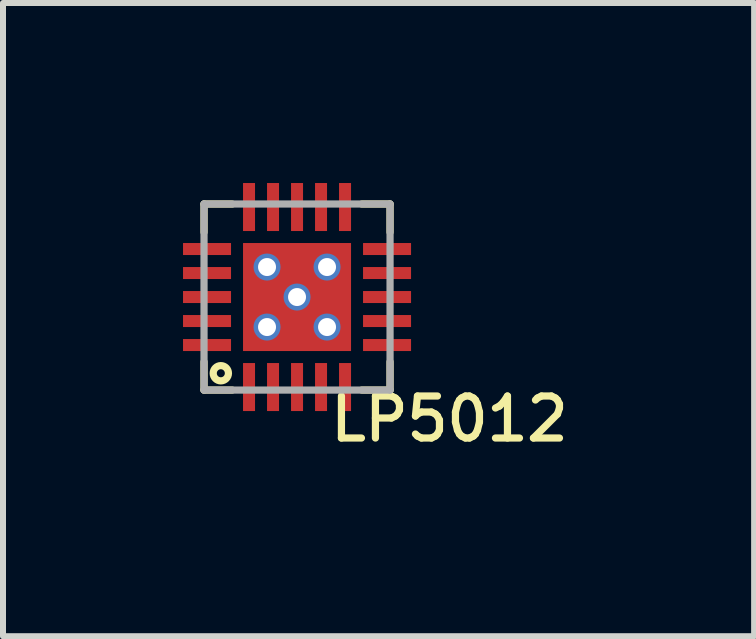
<source format=kicad_pcb>
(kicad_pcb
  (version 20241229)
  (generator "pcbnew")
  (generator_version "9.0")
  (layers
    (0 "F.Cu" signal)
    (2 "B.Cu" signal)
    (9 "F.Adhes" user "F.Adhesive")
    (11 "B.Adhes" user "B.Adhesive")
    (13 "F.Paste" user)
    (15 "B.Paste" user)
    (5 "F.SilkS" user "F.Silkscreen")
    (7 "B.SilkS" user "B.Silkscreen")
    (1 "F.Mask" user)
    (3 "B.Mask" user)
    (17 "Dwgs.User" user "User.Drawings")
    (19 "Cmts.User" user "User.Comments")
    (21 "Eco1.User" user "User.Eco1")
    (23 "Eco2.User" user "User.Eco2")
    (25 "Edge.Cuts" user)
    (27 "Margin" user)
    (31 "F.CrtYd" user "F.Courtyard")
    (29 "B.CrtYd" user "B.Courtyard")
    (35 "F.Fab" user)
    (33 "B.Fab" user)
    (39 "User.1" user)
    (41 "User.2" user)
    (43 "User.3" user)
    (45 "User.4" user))
  (footprint "LP5012"
    (layer "F.Cu")
    (at 1.9 1.9)
    (property "Reference" "LP5012" (at 2.54 2.032 0) (layer "F.SilkS") (effects (font (size 0.7 0.7) (thickness 0.12))))
    (attr smd)
    (fp_line (start -1.55 -1.55) (end -1.55 -1.08) (stroke (width 0.12) (type solid)) (layer "F.SilkS"))
    (fp_line (start -1.55 1.55) (end -1.55 1.08) (stroke (width 0.12) (type solid)) (layer "F.SilkS"))
    (fp_line (start -1.08 -1.55) (end -1.55 -1.55) (stroke (width 0.12) (type solid)) (layer "F.SilkS"))
    (fp_line (start -1.08 1.55) (end -1.55 1.55) (stroke (width 0.12) (type solid)) (layer "F.SilkS"))
    (fp_line (start 1.08 -1.55) (end 1.55 -1.55) (stroke (width 0.12) (type solid)) (layer "F.SilkS"))
    (fp_line (start 1.08 1.55) (end 1.55 1.55) (stroke (width 0.12) (type solid)) (layer "F.SilkS"))
    (fp_line (start 1.55 -1.55) (end 1.55 -1.08) (stroke (width 0.12) (type solid)) (layer "F.SilkS"))
    (fp_line (start 1.55 1.55) (end 1.55 1.08) (stroke (width 0.12) (type solid)) (layer "F.SilkS"))
    (fp_circle (center -1.27 1.27) (end -1.27 1.143) (stroke (width 0.12) (type solid)) (fill no) (layer "F.SilkS"))
    (fp_line (start -1.55 -1.55) (end 1.55 -1.55) (stroke (width 0.12) (type solid)) (layer "F.Fab"))
    (fp_line (start -1.55 1.55) (end -1.55 -1.55) (stroke (width 0.12) (type solid)) (layer "F.Fab"))
    (fp_line (start 1.55 -1.55) (end 1.55 1.55) (stroke (width 0.12) (type solid)) (layer "F.Fab"))
    (fp_line (start 1.55 1.55) (end -1.55 1.55) (stroke (width 0.12) (type solid)) (layer "F.Fab"))
    (pad "1" smd rect (at -0.8 1.5 90) (size 0.8 0.2) (layers "F.Cu" "F.Mask" "F.Paste"))
    (pad "2" smd rect (at -0.4 1.5 90) (size 0.8 0.2) (layers "F.Cu" "F.Mask" "F.Paste"))
    (pad "3" smd rect (at 0 1.5 90) (size 0.8 0.2) (layers "F.Cu" "F.Mask" "F.Paste"))
    (pad "4" smd rect (at 0.4 1.5 90) (size 0.8 0.2) (layers "F.Cu" "F.Mask" "F.Paste"))
    (pad "5" smd rect (at 0.8 1.5 90) (size 0.8 0.2) (layers "F.Cu" "F.Mask" "F.Paste"))
    (pad "6" smd rect (at 1.5 0.8) (size 0.8 0.2) (layers "F.Cu" "F.Mask" "F.Paste"))
    (pad "7" smd rect (at 1.5 0.4) (size 0.8 0.2) (layers "F.Cu" "F.Mask" "F.Paste"))
    (pad "8" smd rect (at 1.5 0) (size 0.8 0.2) (layers "F.Cu" "F.Mask" "F.Paste"))
    (pad "9" smd rect (at 1.5 -0.4) (size 0.8 0.2) (layers "F.Cu" "F.Mask" "F.Paste"))
    (pad "10" smd rect (at 1.5 -0.8) (size 0.8 0.2) (layers "F.Cu" "F.Mask" "F.Paste"))
    (pad "11" smd rect (at 0.8 -1.5 90) (size 0.8 0.2) (layers "F.Cu" "F.Mask" "F.Paste"))
    (pad "12" smd rect (at 0.4 -1.5 90) (size 0.8 0.2) (layers "F.Cu" "F.Mask" "F.Paste"))
    (pad "13" smd rect (at 0 -1.5 90) (size 0.8 0.2) (layers "F.Cu" "F.Mask" "F.Paste"))
    (pad "14" smd rect (at -0.4 -1.5 90) (size 0.8 0.2) (layers "F.Cu" "F.Mask" "F.Paste"))
    (pad "15" smd rect (at -0.8 -1.5 90) (size 0.8 0.2) (layers "F.Cu" "F.Mask" "F.Paste"))
    (pad "16" smd rect (at -1.5 -0.8) (size 0.8 0.2) (layers "F.Cu" "F.Mask" "F.Paste"))
    (pad "17" smd rect (at -1.5 -0.4) (size 0.8 0.2) (layers "F.Cu" "F.Mask" "F.Paste"))
    (pad "18" smd rect (at -1.5 0) (size 0.8 0.2) (layers "F.Cu" "F.Mask" "F.Paste"))
    (pad "19" smd rect (at -1.5 0.4) (size 0.8 0.2) (layers "F.Cu" "F.Mask" "F.Paste"))
    (pad "20" smd rect (at -1.5 0.8) (size 0.8 0.2) (layers "F.Cu" "F.Mask" "F.Paste"))
    (pad "21" smd rect (at 0 0) (size 1.8 1.8) (layers "F.Cu" "F.Mask"))
    (pad "22" thru_hole circle (at -0.5 -0.5) (size 0.45 0.45) (drill 0.3) (layers "*.Cu" "*.Mask"))
    (pad "23" thru_hole circle (at 0.5 -0.5) (size 0.45 0.45) (drill 0.3) (layers "*.Cu" "*.Mask"))
    (pad "24" thru_hole circle (at 0 0) (size 0.45 0.45) (drill 0.3) (layers "*.Cu" "*.Mask"))
    (pad "25" thru_hole circle (at -0.5 0.5) (size 0.45 0.45) (drill 0.3) (layers "*.Cu" "*.Mask"))
    (pad "26" thru_hole circle (at 0.5 0.5) (size 0.45 0.45) (drill 0.3) (layers "*.Cu" "*.Mask")))
  (gr_rect
    (start -3 -3)
    (end 9.517 7.552)
    (stroke (width 0.1) (type default))
    (fill no)
    (layer "Edge.Cuts")))
</source>
